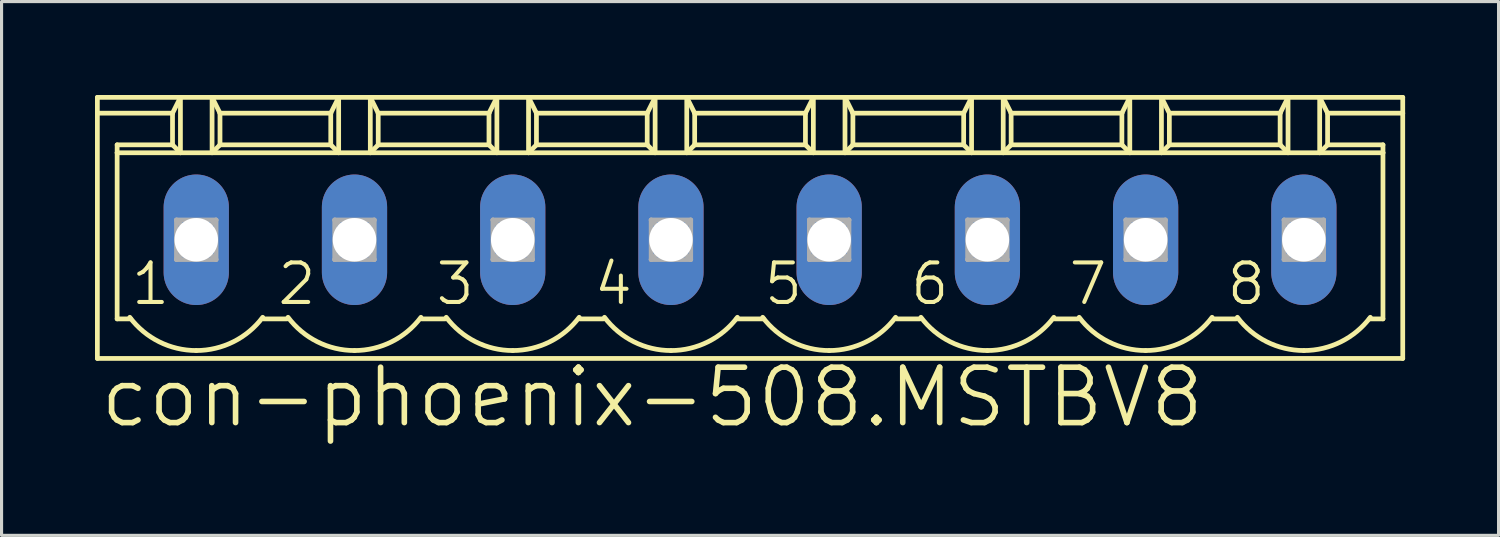
<source format=kicad_pcb>
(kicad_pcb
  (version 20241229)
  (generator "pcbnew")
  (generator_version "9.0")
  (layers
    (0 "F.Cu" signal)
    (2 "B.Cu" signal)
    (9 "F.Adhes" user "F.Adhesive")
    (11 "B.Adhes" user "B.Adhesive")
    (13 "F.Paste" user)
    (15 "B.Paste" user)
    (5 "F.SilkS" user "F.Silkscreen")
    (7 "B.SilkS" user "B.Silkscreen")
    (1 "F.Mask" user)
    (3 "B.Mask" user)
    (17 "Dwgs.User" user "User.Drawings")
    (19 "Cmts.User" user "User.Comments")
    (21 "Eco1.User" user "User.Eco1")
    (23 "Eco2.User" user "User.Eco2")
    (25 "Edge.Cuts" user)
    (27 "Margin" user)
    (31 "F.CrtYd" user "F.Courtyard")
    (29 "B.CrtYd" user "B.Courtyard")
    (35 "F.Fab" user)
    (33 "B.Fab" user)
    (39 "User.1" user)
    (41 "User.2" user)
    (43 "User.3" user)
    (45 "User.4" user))
  (footprint "con-phoenix-508.MSTBV8"
    (layer "F.Cu")
    (at 21.031 4.648)
    (property "Reference" "con-phoenix-508.MSTBV8" (at -20.955 6.096 0) (layer "F.SilkS") (effects (font (size 1.778 1.778) (thickness 0.18)) (justify left bottom)))
    (attr through_hole)
    (fp_line (start -20.955 -4.572) (end -20.955 -4.064) (stroke (width 0.152) (type default)) (layer "F.SilkS"))
    (fp_line (start -20.955 -4.572) (end -18.288 -4.572) (stroke (width 0.152) (type default)) (layer "F.SilkS"))
    (fp_line (start -20.955 -4.064) (end -20.955 3.81) (stroke (width 0.152) (type default)) (layer "F.SilkS"))
    (fp_line (start -20.955 -4.064) (end -18.542 -4.064) (stroke (width 0.152) (type default)) (layer "F.SilkS"))
    (fp_line (start -20.955 3.81) (end 20.955 3.81) (stroke (width 0.152) (type default)) (layer "F.SilkS"))
    (fp_line (start -20.32 -2.794) (end -20.32 -3.048) (stroke (width 0.152) (type default)) (layer "F.SilkS"))
    (fp_line (start -20.32 -2.794) (end -18.288 -2.794) (stroke (width 0.152) (type default)) (layer "F.SilkS"))
    (fp_line (start -20.32 2.54) (end -20.32 -2.794) (stroke (width 0.152) (type default)) (layer "F.SilkS"))
    (fp_line (start -20.32 2.54) (end -19.888 2.54) (stroke (width 0.152) (type default)) (layer "F.SilkS"))
    (fp_line (start -18.542 -4.064) (end -18.542 -3.048) (stroke (width 0.152) (type default)) (layer "F.SilkS"))
    (fp_line (start -18.542 -4.064) (end -18.288 -4.572) (stroke (width 0.152) (type default)) (layer "F.SilkS"))
    (fp_line (start -18.542 -3.048) (end -20.32 -3.048) (stroke (width 0.152) (type default)) (layer "F.SilkS"))
    (fp_line (start -18.542 -3.048) (end -18.288 -2.794) (stroke (width 0.152) (type default)) (layer "F.SilkS"))
    (fp_line (start -18.288 -4.572) (end -17.272 -4.572) (stroke (width 0.152) (type default)) (layer "F.SilkS"))
    (fp_line (start -18.288 -2.794) (end -18.288 -4.572) (stroke (width 0.152) (type default)) (layer "F.SilkS"))
    (fp_line (start -18.288 -2.794) (end -17.272 -2.794) (stroke (width 0.152) (type default)) (layer "F.SilkS"))
    (fp_line (start -17.272 -4.572) (end -17.018 -4.064) (stroke (width 0.152) (type default)) (layer "F.SilkS"))
    (fp_line (start -17.272 -4.572) (end -13.208 -4.572) (stroke (width 0.152) (type default)) (layer "F.SilkS"))
    (fp_line (start -17.272 -2.794) (end -17.272 -4.572) (stroke (width 0.152) (type default)) (layer "F.SilkS"))
    (fp_line (start -17.272 -2.794) (end -13.208 -2.794) (stroke (width 0.152) (type default)) (layer "F.SilkS"))
    (fp_line (start -17.018 -4.064) (end -17.018 -3.048) (stroke (width 0.152) (type default)) (layer "F.SilkS"))
    (fp_line (start -17.018 -4.064) (end -13.462 -4.064) (stroke (width 0.152) (type default)) (layer "F.SilkS"))
    (fp_line (start -17.018 -3.048) (end -17.272 -2.794) (stroke (width 0.152) (type default)) (layer "F.SilkS"))
    (fp_line (start -15.621 2.54) (end -14.859 2.54) (stroke (width 0.152) (type default)) (layer "F.SilkS"))
    (fp_line (start -13.462 -4.064) (end -13.462 -3.048) (stroke (width 0.152) (type default)) (layer "F.SilkS"))
    (fp_line (start -13.462 -4.064) (end -13.208 -4.572) (stroke (width 0.152) (type default)) (layer "F.SilkS"))
    (fp_line (start -13.462 -3.048) (end -17.018 -3.048) (stroke (width 0.152) (type default)) (layer "F.SilkS"))
    (fp_line (start -13.462 -3.048) (end -13.208 -2.794) (stroke (width 0.152) (type default)) (layer "F.SilkS"))
    (fp_line (start -13.208 -4.572) (end -12.192 -4.572) (stroke (width 0.152) (type default)) (layer "F.SilkS"))
    (fp_line (start -13.208 -2.794) (end -13.208 -4.572) (stroke (width 0.152) (type default)) (layer "F.SilkS"))
    (fp_line (start -13.208 -2.794) (end -12.192 -2.794) (stroke (width 0.152) (type default)) (layer "F.SilkS"))
    (fp_line (start -12.192 -4.572) (end -11.938 -4.064) (stroke (width 0.152) (type default)) (layer "F.SilkS"))
    (fp_line (start -12.192 -4.572) (end -8.128 -4.572) (stroke (width 0.152) (type default)) (layer "F.SilkS"))
    (fp_line (start -12.192 -2.794) (end -12.192 -4.572) (stroke (width 0.152) (type default)) (layer "F.SilkS"))
    (fp_line (start -12.192 -2.794) (end -8.128 -2.794) (stroke (width 0.152) (type default)) (layer "F.SilkS"))
    (fp_line (start -11.938 -4.064) (end -11.938 -3.048) (stroke (width 0.152) (type default)) (layer "F.SilkS"))
    (fp_line (start -11.938 -4.064) (end -8.382 -4.064) (stroke (width 0.152) (type default)) (layer "F.SilkS"))
    (fp_line (start -11.938 -3.048) (end -12.192 -2.794) (stroke (width 0.152) (type default)) (layer "F.SilkS"))
    (fp_line (start -10.541 2.54) (end -9.779 2.54) (stroke (width 0.152) (type default)) (layer "F.SilkS"))
    (fp_line (start -8.382 -4.064) (end -8.382 -3.048) (stroke (width 0.152) (type default)) (layer "F.SilkS"))
    (fp_line (start -8.382 -4.064) (end -8.128 -4.572) (stroke (width 0.152) (type default)) (layer "F.SilkS"))
    (fp_line (start -8.382 -3.048) (end -11.938 -3.048) (stroke (width 0.152) (type default)) (layer "F.SilkS"))
    (fp_line (start -8.382 -3.048) (end -8.128 -2.794) (stroke (width 0.152) (type default)) (layer "F.SilkS"))
    (fp_line (start -8.128 -4.572) (end -7.112 -4.572) (stroke (width 0.152) (type default)) (layer "F.SilkS"))
    (fp_line (start -8.128 -2.794) (end -8.128 -4.572) (stroke (width 0.152) (type default)) (layer "F.SilkS"))
    (fp_line (start -8.128 -2.794) (end -7.112 -2.794) (stroke (width 0.152) (type default)) (layer "F.SilkS"))
    (fp_line (start -7.112 -4.572) (end -6.858 -4.064) (stroke (width 0.152) (type default)) (layer "F.SilkS"))
    (fp_line (start -7.112 -4.572) (end -3.048 -4.572) (stroke (width 0.152) (type default)) (layer "F.SilkS"))
    (fp_line (start -7.112 -2.794) (end -7.112 -4.572) (stroke (width 0.152) (type default)) (layer "F.SilkS"))
    (fp_line (start -7.112 -2.794) (end -3.048 -2.794) (stroke (width 0.152) (type default)) (layer "F.SilkS"))
    (fp_line (start -6.858 -4.064) (end -6.858 -3.048) (stroke (width 0.152) (type default)) (layer "F.SilkS"))
    (fp_line (start -6.858 -4.064) (end -3.302 -4.064) (stroke (width 0.152) (type default)) (layer "F.SilkS"))
    (fp_line (start -6.858 -3.048) (end -7.112 -2.794) (stroke (width 0.152) (type default)) (layer "F.SilkS"))
    (fp_line (start -6.858 -3.048) (end -3.302 -3.048) (stroke (width 0.152) (type default)) (layer "F.SilkS"))
    (fp_line (start -5.461 2.54) (end -4.699 2.54) (stroke (width 0.152) (type default)) (layer "F.SilkS"))
    (fp_line (start -3.302 -4.064) (end -3.302 -3.048) (stroke (width 0.152) (type default)) (layer "F.SilkS"))
    (fp_line (start -3.302 -4.064) (end -3.048 -4.572) (stroke (width 0.152) (type default)) (layer "F.SilkS"))
    (fp_line (start -3.302 -3.048) (end -3.048 -2.794) (stroke (width 0.152) (type default)) (layer "F.SilkS"))
    (fp_line (start -3.048 -4.572) (end -2.032 -4.572) (stroke (width 0.152) (type default)) (layer "F.SilkS"))
    (fp_line (start -3.048 -2.794) (end -3.048 -4.572) (stroke (width 0.152) (type default)) (layer "F.SilkS"))
    (fp_line (start -3.048 -2.794) (end -2.032 -2.794) (stroke (width 0.152) (type default)) (layer "F.SilkS"))
    (fp_line (start -2.032 -4.572) (end -1.778 -4.064) (stroke (width 0.152) (type default)) (layer "F.SilkS"))
    (fp_line (start -2.032 -4.572) (end 2.032 -4.572) (stroke (width 0.152) (type default)) (layer "F.SilkS"))
    (fp_line (start -2.032 -2.794) (end -2.032 -4.572) (stroke (width 0.152) (type default)) (layer "F.SilkS"))
    (fp_line (start -2.032 -2.794) (end 2.032 -2.794) (stroke (width 0.152) (type default)) (layer "F.SilkS"))
    (fp_line (start -1.778 -4.064) (end -1.778 -3.048) (stroke (width 0.152) (type default)) (layer "F.SilkS"))
    (fp_line (start -1.778 -4.064) (end 1.778 -4.064) (stroke (width 0.152) (type default)) (layer "F.SilkS"))
    (fp_line (start -1.778 -3.048) (end -2.032 -2.794) (stroke (width 0.152) (type default)) (layer "F.SilkS"))
    (fp_line (start -0.432 2.54) (end 0.432 2.54) (stroke (width 0.152) (type default)) (layer "F.SilkS"))
    (fp_line (start 1.778 -4.064) (end 1.778 -3.048) (stroke (width 0.152) (type default)) (layer "F.SilkS"))
    (fp_line (start 1.778 -4.064) (end 2.032 -4.572) (stroke (width 0.152) (type default)) (layer "F.SilkS"))
    (fp_line (start 1.778 -3.048) (end -1.778 -3.048) (stroke (width 0.152) (type default)) (layer "F.SilkS"))
    (fp_line (start 1.778 -3.048) (end 2.032 -2.794) (stroke (width 0.152) (type default)) (layer "F.SilkS"))
    (fp_line (start 2.032 -4.572) (end 3.048 -4.572) (stroke (width 0.152) (type default)) (layer "F.SilkS"))
    (fp_line (start 2.032 -2.794) (end 2.032 -4.572) (stroke (width 0.152) (type default)) (layer "F.SilkS"))
    (fp_line (start 2.032 -2.794) (end 3.048 -2.794) (stroke (width 0.152) (type default)) (layer "F.SilkS"))
    (fp_line (start 3.048 -4.572) (end 3.302 -4.064) (stroke (width 0.152) (type default)) (layer "F.SilkS"))
    (fp_line (start 3.048 -4.572) (end 7.112 -4.572) (stroke (width 0.152) (type default)) (layer "F.SilkS"))
    (fp_line (start 3.048 -2.794) (end 3.048 -4.572) (stroke (width 0.152) (type default)) (layer "F.SilkS"))
    (fp_line (start 3.048 -2.794) (end 7.112 -2.794) (stroke (width 0.152) (type default)) (layer "F.SilkS"))
    (fp_line (start 3.302 -4.064) (end 3.302 -3.048) (stroke (width 0.152) (type default)) (layer "F.SilkS"))
    (fp_line (start 3.302 -4.064) (end 6.858 -4.064) (stroke (width 0.152) (type default)) (layer "F.SilkS"))
    (fp_line (start 3.302 -3.048) (end 3.048 -2.794) (stroke (width 0.152) (type default)) (layer "F.SilkS"))
    (fp_line (start 4.699 2.54) (end 5.461 2.54) (stroke (width 0.152) (type default)) (layer "F.SilkS"))
    (fp_line (start 6.858 -4.064) (end 6.858 -3.048) (stroke (width 0.152) (type default)) (layer "F.SilkS"))
    (fp_line (start 6.858 -4.064) (end 7.112 -4.572) (stroke (width 0.152) (type default)) (layer "F.SilkS"))
    (fp_line (start 6.858 -3.048) (end 3.302 -3.048) (stroke (width 0.152) (type default)) (layer "F.SilkS"))
    (fp_line (start 6.858 -3.048) (end 7.112 -2.794) (stroke (width 0.152) (type default)) (layer "F.SilkS"))
    (fp_line (start 7.112 -4.572) (end 8.128 -4.572) (stroke (width 0.152) (type default)) (layer "F.SilkS"))
    (fp_line (start 7.112 -2.794) (end 7.112 -4.572) (stroke (width 0.152) (type default)) (layer "F.SilkS"))
    (fp_line (start 7.112 -2.794) (end 8.128 -2.794) (stroke (width 0.152) (type default)) (layer "F.SilkS"))
    (fp_line (start 8.128 -4.572) (end 8.382 -4.064) (stroke (width 0.152) (type default)) (layer "F.SilkS"))
    (fp_line (start 8.128 -4.572) (end 12.192 -4.572) (stroke (width 0.152) (type default)) (layer "F.SilkS"))
    (fp_line (start 8.128 -2.794) (end 8.128 -4.572) (stroke (width 0.152) (type default)) (layer "F.SilkS"))
    (fp_line (start 8.128 -2.794) (end 12.192 -2.794) (stroke (width 0.152) (type default)) (layer "F.SilkS"))
    (fp_line (start 8.382 -4.064) (end 8.382 -3.048) (stroke (width 0.152) (type default)) (layer "F.SilkS"))
    (fp_line (start 8.382 -4.064) (end 11.938 -4.064) (stroke (width 0.152) (type default)) (layer "F.SilkS"))
    (fp_line (start 8.382 -3.048) (end 8.128 -2.794) (stroke (width 0.152) (type default)) (layer "F.SilkS"))
    (fp_line (start 9.779 2.54) (end 10.541 2.54) (stroke (width 0.152) (type default)) (layer "F.SilkS"))
    (fp_line (start 11.938 -4.064) (end 11.938 -3.048) (stroke (width 0.152) (type default)) (layer "F.SilkS"))
    (fp_line (start 11.938 -4.064) (end 12.192 -4.572) (stroke (width 0.152) (type default)) (layer "F.SilkS"))
    (fp_line (start 11.938 -3.048) (end 8.382 -3.048) (stroke (width 0.152) (type default)) (layer "F.SilkS"))
    (fp_line (start 11.938 -3.048) (end 12.192 -2.794) (stroke (width 0.152) (type default)) (layer "F.SilkS"))
    (fp_line (start 12.192 -4.572) (end 13.208 -4.572) (stroke (width 0.152) (type default)) (layer "F.SilkS"))
    (fp_line (start 12.192 -2.794) (end 12.192 -4.572) (stroke (width 0.152) (type default)) (layer "F.SilkS"))
    (fp_line (start 12.192 -2.794) (end 13.208 -2.794) (stroke (width 0.152) (type default)) (layer "F.SilkS"))
    (fp_line (start 13.208 -4.572) (end 13.462 -4.064) (stroke (width 0.152) (type default)) (layer "F.SilkS"))
    (fp_line (start 13.208 -4.572) (end 17.272 -4.572) (stroke (width 0.152) (type default)) (layer "F.SilkS"))
    (fp_line (start 13.208 -2.794) (end 13.208 -4.572) (stroke (width 0.152) (type default)) (layer "F.SilkS"))
    (fp_line (start 13.208 -2.794) (end 17.272 -2.794) (stroke (width 0.152) (type default)) (layer "F.SilkS"))
    (fp_line (start 13.462 -4.064) (end 13.462 -3.048) (stroke (width 0.152) (type default)) (layer "F.SilkS"))
    (fp_line (start 13.462 -4.064) (end 17.018 -4.064) (stroke (width 0.152) (type default)) (layer "F.SilkS"))
    (fp_line (start 13.462 -3.048) (end 13.208 -2.794) (stroke (width 0.152) (type default)) (layer "F.SilkS"))
    (fp_line (start 13.462 -3.048) (end 17.018 -3.048) (stroke (width 0.152) (type default)) (layer "F.SilkS"))
    (fp_line (start 14.859 2.54) (end 15.621 2.54) (stroke (width 0.152) (type default)) (layer "F.SilkS"))
    (fp_line (start 17.018 -4.064) (end 17.018 -3.048) (stroke (width 0.152) (type default)) (layer "F.SilkS"))
    (fp_line (start 17.018 -4.064) (end 17.272 -4.572) (stroke (width 0.152) (type default)) (layer "F.SilkS"))
    (fp_line (start 17.018 -3.048) (end 17.272 -2.794) (stroke (width 0.152) (type default)) (layer "F.SilkS"))
    (fp_line (start 17.272 -4.572) (end 18.288 -4.572) (stroke (width 0.152) (type default)) (layer "F.SilkS"))
    (fp_line (start 17.272 -2.794) (end 17.272 -4.572) (stroke (width 0.152) (type default)) (layer "F.SilkS"))
    (fp_line (start 17.272 -2.794) (end 18.288 -2.794) (stroke (width 0.152) (type default)) (layer "F.SilkS"))
    (fp_line (start 18.288 -4.572) (end 18.542 -4.064) (stroke (width 0.152) (type default)) (layer "F.SilkS"))
    (fp_line (start 18.288 -4.572) (end 20.955 -4.572) (stroke (width 0.152) (type default)) (layer "F.SilkS"))
    (fp_line (start 18.288 -2.794) (end 18.288 -4.572) (stroke (width 0.152) (type default)) (layer "F.SilkS"))
    (fp_line (start 18.288 -2.794) (end 20.32 -2.794) (stroke (width 0.152) (type default)) (layer "F.SilkS"))
    (fp_line (start 18.542 -4.064) (end 18.542 -3.048) (stroke (width 0.152) (type default)) (layer "F.SilkS"))
    (fp_line (start 18.542 -4.064) (end 20.955 -4.064) (stroke (width 0.152) (type default)) (layer "F.SilkS"))
    (fp_line (start 18.542 -3.048) (end 18.288 -2.794) (stroke (width 0.152) (type default)) (layer "F.SilkS"))
    (fp_line (start 18.542 -3.048) (end 20.32 -3.048) (stroke (width 0.152) (type default)) (layer "F.SilkS"))
    (fp_line (start 19.888 2.54) (end 20.32 2.54) (stroke (width 0.152) (type default)) (layer "F.SilkS"))
    (fp_line (start 20.32 -3.048) (end 20.32 -2.794) (stroke (width 0.152) (type default)) (layer "F.SilkS"))
    (fp_line (start 20.32 -2.794) (end 20.32 2.54) (stroke (width 0.152) (type default)) (layer "F.SilkS"))
    (fp_line (start 20.955 -4.064) (end 20.955 -4.572) (stroke (width 0.152) (type default)) (layer "F.SilkS"))
    (fp_line (start 20.955 3.81) (end 20.955 -4.064) (stroke (width 0.152) (type default)) (layer "F.SilkS"))
    (fp_arc (start -17.78 3.556) (mid -18.972719 3.274437) (end -19.9136 2.4892) (stroke (width 0.1524) (type default)) (layer "F.SilkS"))
    (fp_arc (start -15.6464 2.4892) (mid -16.587281 3.274437) (end -17.78 3.556) (stroke (width 0.1524) (type default)) (layer "F.SilkS"))
    (fp_arc (start -12.7 3.556) (mid -13.892719 3.274437) (end -14.8336 2.4892) (stroke (width 0.1524) (type default)) (layer "F.SilkS"))
    (fp_arc (start -10.5664 2.4892) (mid -11.507281 3.274437) (end -12.7 3.556) (stroke (width 0.1524) (type default)) (layer "F.SilkS"))
    (fp_arc (start -7.62 3.556) (mid -8.812719 3.274437) (end -9.7536 2.4892) (stroke (width 0.1524) (type default)) (layer "F.SilkS"))
    (fp_arc (start -5.4864 2.4892) (mid -6.427281 3.274437) (end -7.62 3.556) (stroke (width 0.1524) (type default)) (layer "F.SilkS"))
    (fp_arc (start -2.54 3.556) (mid -3.732719 3.274437) (end -4.6736 2.4892) (stroke (width 0.1524) (type default)) (layer "F.SilkS"))
    (fp_arc (start -0.4064 2.4892) (mid -1.347281 3.274437) (end -2.54 3.556) (stroke (width 0.1524) (type default)) (layer "F.SilkS"))
    (fp_arc (start 2.54 3.556) (mid 1.347281 3.274437) (end 0.4064 2.4892) (stroke (width 0.1524) (type default)) (layer "F.SilkS"))
    (fp_arc (start 4.6736 2.4892) (mid 3.732719 3.274437) (end 2.54 3.556) (stroke (width 0.1524) (type default)) (layer "F.SilkS"))
    (fp_arc (start 7.62 3.556) (mid 6.427281 3.274437) (end 5.4864 2.4892) (stroke (width 0.1524) (type default)) (layer "F.SilkS"))
    (fp_arc (start 9.7536 2.4892) (mid 8.812719 3.274437) (end 7.62 3.556) (stroke (width 0.1524) (type default)) (layer "F.SilkS"))
    (fp_arc (start 12.7 3.556) (mid 11.507281 3.274437) (end 10.5664 2.4892) (stroke (width 0.1524) (type default)) (layer "F.SilkS"))
    (fp_arc (start 14.8336 2.4892) (mid 13.892719 3.274437) (end 12.7 3.556) (stroke (width 0.1524) (type default)) (layer "F.SilkS"))
    (fp_arc (start 17.78 3.556) (mid 16.587281 3.274437) (end 15.6464 2.4892) (stroke (width 0.1524) (type default)) (layer "F.SilkS"))
    (fp_arc (start 19.9136 2.4892) (mid 18.972719 3.274437) (end 17.78 3.556) (stroke (width 0.1524) (type default)) (layer "F.SilkS"))
    (fp_line (start -18.415 -0.635) (end -18.415 0.635) (stroke (width 0.152) (type default)) (layer "F.Fab"))
    (fp_line (start -18.415 -0.635) (end -17.145 0.635) (stroke (width 0.152) (type default)) (layer "F.Fab"))
    (fp_line (start -18.415 0.635) (end -17.145 -0.635) (stroke (width 0.152) (type default)) (layer "F.Fab"))
    (fp_line (start -18.415 0.635) (end -17.145 0.635) (stroke (width 0.152) (type default)) (layer "F.Fab"))
    (fp_line (start -17.145 -0.635) (end -18.415 -0.635) (stroke (width 0.152) (type default)) (layer "F.Fab"))
    (fp_line (start -17.145 0.635) (end -17.145 -0.635) (stroke (width 0.152) (type default)) (layer "F.Fab"))
    (fp_line (start -13.335 -0.635) (end -13.335 0.635) (stroke (width 0.152) (type default)) (layer "F.Fab"))
    (fp_line (start -13.335 -0.635) (end -12.065 0.635) (stroke (width 0.152) (type default)) (layer "F.Fab"))
    (fp_line (start -13.335 0.635) (end -12.065 -0.635) (stroke (width 0.152) (type default)) (layer "F.Fab"))
    (fp_line (start -13.335 0.635) (end -12.065 0.635) (stroke (width 0.152) (type default)) (layer "F.Fab"))
    (fp_line (start -12.065 -0.635) (end -13.335 -0.635) (stroke (width 0.152) (type default)) (layer "F.Fab"))
    (fp_line (start -12.065 0.635) (end -12.065 -0.635) (stroke (width 0.152) (type default)) (layer "F.Fab"))
    (fp_line (start -8.255 -0.635) (end -8.255 0.635) (stroke (width 0.152) (type default)) (layer "F.Fab"))
    (fp_line (start -8.255 -0.635) (end -6.985 0.635) (stroke (width 0.152) (type default)) (layer "F.Fab"))
    (fp_line (start -8.255 0.635) (end -6.985 -0.635) (stroke (width 0.152) (type default)) (layer "F.Fab"))
    (fp_line (start -8.255 0.635) (end -6.985 0.635) (stroke (width 0.152) (type default)) (layer "F.Fab"))
    (fp_line (start -6.985 -0.635) (end -8.255 -0.635) (stroke (width 0.152) (type default)) (layer "F.Fab"))
    (fp_line (start -6.985 0.635) (end -6.985 -0.635) (stroke (width 0.152) (type default)) (layer "F.Fab"))
    (fp_line (start -3.175 -0.635) (end -3.175 0.635) (stroke (width 0.152) (type default)) (layer "F.Fab"))
    (fp_line (start -3.175 -0.635) (end -1.905 0.635) (stroke (width 0.152) (type default)) (layer "F.Fab"))
    (fp_line (start -3.175 0.635) (end -1.905 -0.635) (stroke (width 0.152) (type default)) (layer "F.Fab"))
    (fp_line (start -3.175 0.635) (end -1.905 0.635) (stroke (width 0.152) (type default)) (layer "F.Fab"))
    (fp_line (start -1.905 -0.635) (end -3.175 -0.635) (stroke (width 0.152) (type default)) (layer "F.Fab"))
    (fp_line (start -1.905 0.635) (end -1.905 -0.635) (stroke (width 0.152) (type default)) (layer "F.Fab"))
    (fp_line (start 1.905 -0.635) (end 1.905 0.635) (stroke (width 0.152) (type default)) (layer "F.Fab"))
    (fp_line (start 1.905 -0.635) (end 3.175 0.635) (stroke (width 0.152) (type default)) (layer "F.Fab"))
    (fp_line (start 1.905 0.635) (end 3.175 -0.635) (stroke (width 0.152) (type default)) (layer "F.Fab"))
    (fp_line (start 1.905 0.635) (end 3.175 0.635) (stroke (width 0.152) (type default)) (layer "F.Fab"))
    (fp_line (start 3.175 -0.635) (end 1.905 -0.635) (stroke (width 0.152) (type default)) (layer "F.Fab"))
    (fp_line (start 3.175 0.635) (end 3.175 -0.635) (stroke (width 0.152) (type default)) (layer "F.Fab"))
    (fp_line (start 6.985 -0.635) (end 6.985 0.635) (stroke (width 0.152) (type default)) (layer "F.Fab"))
    (fp_line (start 6.985 -0.635) (end 8.255 0.635) (stroke (width 0.152) (type default)) (layer "F.Fab"))
    (fp_line (start 6.985 0.635) (end 8.255 -0.635) (stroke (width 0.152) (type default)) (layer "F.Fab"))
    (fp_line (start 6.985 0.635) (end 8.255 0.635) (stroke (width 0.152) (type default)) (layer "F.Fab"))
    (fp_line (start 8.255 -0.635) (end 6.985 -0.635) (stroke (width 0.152) (type default)) (layer "F.Fab"))
    (fp_line (start 8.255 0.635) (end 8.255 -0.635) (stroke (width 0.152) (type default)) (layer "F.Fab"))
    (fp_line (start 12.065 -0.635) (end 12.065 0.635) (stroke (width 0.152) (type default)) (layer "F.Fab"))
    (fp_line (start 12.065 -0.635) (end 13.335 0.635) (stroke (width 0.152) (type default)) (layer "F.Fab"))
    (fp_line (start 12.065 0.635) (end 13.335 -0.635) (stroke (width 0.152) (type default)) (layer "F.Fab"))
    (fp_line (start 12.065 0.635) (end 13.335 0.635) (stroke (width 0.152) (type default)) (layer "F.Fab"))
    (fp_line (start 13.335 -0.635) (end 12.065 -0.635) (stroke (width 0.152) (type default)) (layer "F.Fab"))
    (fp_line (start 13.335 0.635) (end 13.335 -0.635) (stroke (width 0.152) (type default)) (layer "F.Fab"))
    (fp_line (start 17.145 -0.635) (end 17.145 0.635) (stroke (width 0.152) (type default)) (layer "F.Fab"))
    (fp_line (start 17.145 -0.635) (end 18.415 0.635) (stroke (width 0.152) (type default)) (layer "F.Fab"))
    (fp_line (start 17.145 0.635) (end 18.415 -0.635) (stroke (width 0.152) (type default)) (layer "F.Fab"))
    (fp_line (start 17.145 0.635) (end 18.415 0.635) (stroke (width 0.152) (type default)) (layer "F.Fab"))
    (fp_line (start 18.415 -0.635) (end 17.145 -0.635) (stroke (width 0.152) (type default)) (layer "F.Fab"))
    (fp_line (start 18.415 0.635) (end 18.415 -0.635) (stroke (width 0.152) (type default)) (layer "F.Fab"))
    (fp_text user "6" (at 5.08 2.159 0) (layer "F.SilkS") (effects (font (size 1.27 1.27) (thickness 0.13)) (justify left bottom)))
    (fp_text user "3" (at -10.16 2.159 0) (layer "F.SilkS") (effects (font (size 1.27 1.27) (thickness 0.13)) (justify left bottom)))
    (fp_text user "2" (at -15.24 2.159 0) (layer "F.SilkS") (effects (font (size 1.27 1.27) (thickness 0.13)) (justify left bottom)))
    (fp_text user "5" (at 0.381 2.159 0) (layer "F.SilkS") (effects (font (size 1.27 1.27) (thickness 0.13)) (justify left bottom)))
    (fp_text user "1" (at -19.939 2.159 0) (layer "F.SilkS") (effects (font (size 1.27 1.27) (thickness 0.13)) (justify left bottom)))
    (fp_text user "8" (at 15.24 2.159 0) (layer "F.SilkS") (effects (font (size 1.27 1.27) (thickness 0.13)) (justify left bottom)))
    (fp_text user "4" (at -5.08 2.159 0) (layer "F.SilkS") (effects (font (size 1.27 1.27) (thickness 0.13)) (justify left bottom)))
    (fp_text user "7" (at 10.16 2.159 0) (layer "F.SilkS") (effects (font (size 1.27 1.27) (thickness 0.13)) (justify left bottom)))
    (pad "1" thru_hole oval (at -17.78 0 90) (size 4.191 2.095) (drill 1.397) (layers "*.Cu" "*.Mask"))
    (pad "2" thru_hole oval (at -12.7 0 90) (size 4.191 2.095) (drill 1.397) (layers "*.Cu" "*.Mask"))
    (pad "3" thru_hole oval (at -7.62 0 90) (size 4.191 2.095) (drill 1.397) (layers "*.Cu" "*.Mask"))
    (pad "4" thru_hole oval (at -2.54 0 90) (size 4.191 2.095) (drill 1.397) (layers "*.Cu" "*.Mask"))
    (pad "5" thru_hole oval (at 2.54 0 90) (size 4.191 2.095) (drill 1.397) (layers "*.Cu" "*.Mask"))
    (pad "6" thru_hole oval (at 7.62 0 90) (size 4.191 2.095) (drill 1.397) (layers "*.Cu" "*.Mask"))
    (pad "7" thru_hole oval (at 12.7 0 90) (size 4.191 2.095) (drill 1.397) (layers "*.Cu" "*.Mask"))
    (pad "8" thru_hole oval (at 17.78 0 90) (size 4.191 2.095) (drill 1.397) (layers "*.Cu" "*.Mask")))
  (gr_rect
    (start -3 -3)
    (end 45.062 14.138)
    (stroke (width 0.1) (type default))
    (fill no)
    (layer "Edge.Cuts")))
</source>
